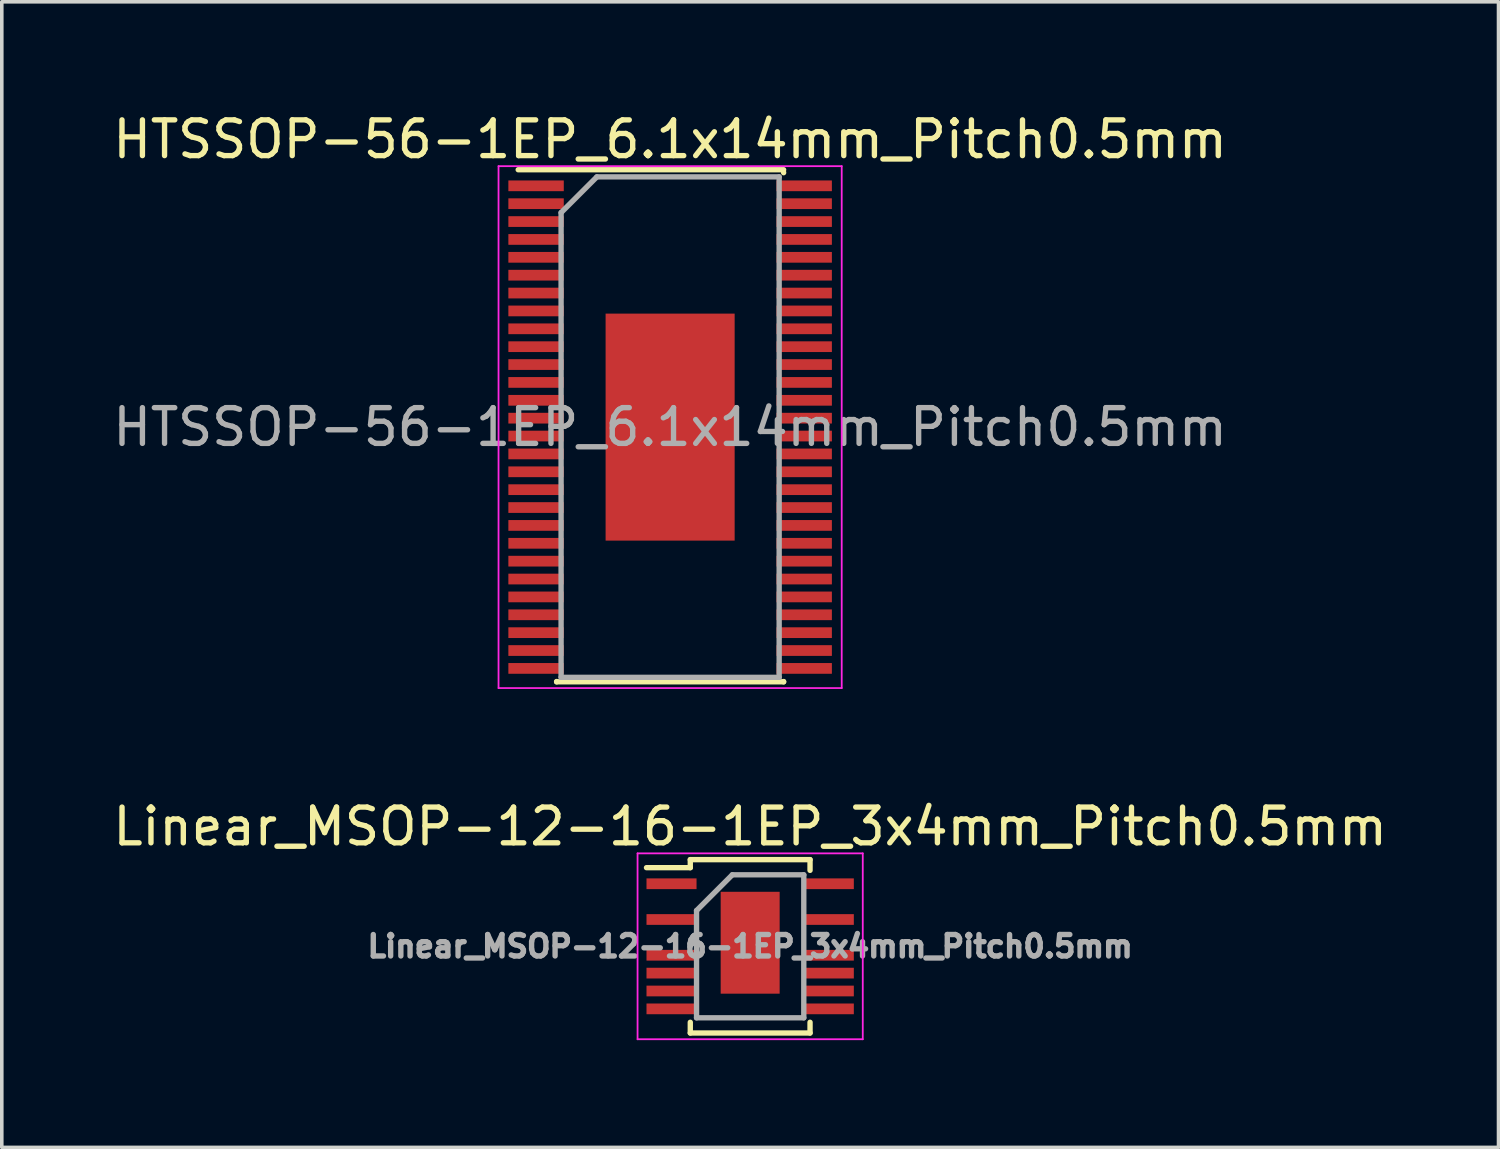
<source format=kicad_pcb>
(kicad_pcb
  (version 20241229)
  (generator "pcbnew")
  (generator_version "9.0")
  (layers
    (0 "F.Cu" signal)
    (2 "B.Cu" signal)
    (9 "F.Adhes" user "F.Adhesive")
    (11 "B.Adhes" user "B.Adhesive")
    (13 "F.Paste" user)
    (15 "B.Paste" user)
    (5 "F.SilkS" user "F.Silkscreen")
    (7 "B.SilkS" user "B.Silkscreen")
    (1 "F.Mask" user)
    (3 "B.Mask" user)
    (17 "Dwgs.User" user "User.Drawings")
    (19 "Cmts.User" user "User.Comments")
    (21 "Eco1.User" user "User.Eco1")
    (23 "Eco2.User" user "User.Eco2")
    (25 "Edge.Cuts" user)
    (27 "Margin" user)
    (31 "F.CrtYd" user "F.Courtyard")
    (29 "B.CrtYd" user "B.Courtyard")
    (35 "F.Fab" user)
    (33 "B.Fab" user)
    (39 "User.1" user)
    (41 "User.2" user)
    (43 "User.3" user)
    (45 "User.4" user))
  (footprint "Linear_MSOP-12-16-1EP_3x4mm_Pitch0.5mm"
    (layer "F.Cu")
    (at 17.935 23.422)
    (property "Reference" "Linear_MSOP-12-16-1EP_3x4mm_Pitch0.5mm" (at 0 -3.35 0) (layer "F.SilkS") (effects (font (size 1 1) (thickness 0.15))))
    (attr smd)
    (fp_line (start -1.675 -2.425) (end -1.675 -2.2) (stroke (width 0.15) (type solid)) (layer "F.SilkS"))
    (fp_line (start -1.675 -2.425) (end 1.675 -2.425) (stroke (width 0.15) (type solid)) (layer "F.SilkS"))
    (fp_line (start -1.675 -2.2) (end -2.9 -2.2) (stroke (width 0.15) (type solid)) (layer "F.SilkS"))
    (fp_line (start -1.675 2.425) (end -1.675 2.125) (stroke (width 0.15) (type solid)) (layer "F.SilkS"))
    (fp_line (start -1.675 2.425) (end 1.675 2.425) (stroke (width 0.15) (type solid)) (layer "F.SilkS"))
    (fp_line (start 1.675 -2.425) (end 1.675 -2.125) (stroke (width 0.15) (type solid)) (layer "F.SilkS"))
    (fp_line (start 1.675 2.425) (end 1.675 2.125) (stroke (width 0.15) (type solid)) (layer "F.SilkS"))
    (fp_line (start -3.15 -2.6) (end -3.15 2.6) (stroke (width 0.05) (type solid)) (layer "F.CrtYd"))
    (fp_line (start -3.15 -2.6) (end 3.15 -2.6) (stroke (width 0.05) (type solid)) (layer "F.CrtYd"))
    (fp_line (start -3.15 2.6) (end 3.15 2.6) (stroke (width 0.05) (type solid)) (layer "F.CrtYd"))
    (fp_line (start 3.15 -2.6) (end 3.15 2.6) (stroke (width 0.05) (type solid)) (layer "F.CrtYd"))
    (fp_line (start -1.5 -1) (end -0.5 -2) (stroke (width 0.15) (type solid)) (layer "F.Fab"))
    (fp_line (start -1.5 2) (end -1.5 -1) (stroke (width 0.15) (type solid)) (layer "F.Fab"))
    (fp_line (start -0.5 -2) (end 1.5 -2) (stroke (width 0.15) (type solid)) (layer "F.Fab"))
    (fp_line (start 1.5 -2) (end 1.5 2) (stroke (width 0.15) (type solid)) (layer "F.Fab"))
    (fp_line (start 1.5 2) (end -1.5 2) (stroke (width 0.15) (type solid)) (layer "F.Fab"))
    (fp_text user "${REFERENCE}" (at 0 0 0) (layer "F.Fab") (effects (font (size 0.6 0.6) (thickness 0.15))))
    (pad "1" smd rect (at -2.2 -1.75) (size 1.4 0.3) (layers "F.Cu" "F.Mask" "F.Paste"))
    (pad "3" smd rect (at -2.2 -0.75) (size 1.4 0.3) (layers "F.Cu" "F.Mask" "F.Paste"))
    (pad "5" smd rect (at -2.2 0.25) (size 1.4 0.3) (layers "F.Cu" "F.Mask" "F.Paste"))
    (pad "6" smd rect (at -2.2 0.75) (size 1.4 0.3) (layers "F.Cu" "F.Mask" "F.Paste"))
    (pad "7" smd rect (at -2.2 1.25) (size 1.4 0.3) (layers "F.Cu" "F.Mask" "F.Paste"))
    (pad "8" smd rect (at -2.2 1.75) (size 1.4 0.3) (layers "F.Cu" "F.Mask" "F.Paste"))
    (pad "9" smd rect (at 2.2 1.75) (size 1.4 0.3) (layers "F.Cu" "F.Mask" "F.Paste"))
    (pad "10" smd rect (at 2.2 1.25) (size 1.4 0.3) (layers "F.Cu" "F.Mask" "F.Paste"))
    (pad "11" smd rect (at 2.2 0.75) (size 1.4 0.3) (layers "F.Cu" "F.Mask" "F.Paste"))
    (pad "12" smd rect (at 2.2 0.25) (size 1.4 0.3) (layers "F.Cu" "F.Mask" "F.Paste"))
    (pad "14" smd rect (at 2.2 -0.75) (size 1.4 0.3) (layers "F.Cu" "F.Mask" "F.Paste"))
    (pad "16" smd rect (at 2.2 -1.75) (size 1.4 0.3) (layers "F.Cu" "F.Mask" "F.Paste"))
    (pad "17" smd rect (at 0 -0.1) (size 1.65 2.85) (layers "F.Cu" "F.Mask" "F.Paste")))
  (footprint "HTSSOP-56-1EP_6.1x14mm_Pitch0.5mm"
    (layer "F.Cu")
    (at 15.696 8.898)
    (property "Reference" "HTSSOP-56-1EP_6.1x14mm_Pitch0.5mm" (at 0 -8.05 0) (layer "F.SilkS") (effects (font (size 1 1) (thickness 0.15))))
    (attr smd)
    (fp_line (start -4.25 -7.2) (end 3.175 -7.2) (stroke (width 0.15) (type solid)) (layer "F.SilkS"))
    (fp_line (start -3.175 7.125) (end -3.175 7.117) (stroke (width 0.15) (type solid)) (layer "F.SilkS"))
    (fp_line (start -3.175 7.125) (end 3.175 7.125) (stroke (width 0.15) (type solid)) (layer "F.SilkS"))
    (fp_line (start 3.175 -7.125) (end 3.175 -7.117) (stroke (width 0.15) (type solid)) (layer "F.SilkS"))
    (fp_line (start 3.175 7.125) (end 3.175 7.117) (stroke (width 0.15) (type solid)) (layer "F.SilkS"))
    (fp_line (start -4.8 -7.3) (end -4.8 7.3) (stroke (width 0.05) (type solid)) (layer "F.CrtYd"))
    (fp_line (start -4.8 -7.3) (end 4.8 -7.3) (stroke (width 0.05) (type solid)) (layer "F.CrtYd"))
    (fp_line (start -4.8 7.3) (end 4.8 7.3) (stroke (width 0.05) (type solid)) (layer "F.CrtYd"))
    (fp_line (start 4.8 -7.3) (end 4.8 7.3) (stroke (width 0.05) (type solid)) (layer "F.CrtYd"))
    (fp_line (start -3.05 -6) (end -2.05 -7) (stroke (width 0.15) (type solid)) (layer "F.Fab"))
    (fp_line (start -3.05 7) (end -3.05 -6) (stroke (width 0.15) (type solid)) (layer "F.Fab"))
    (fp_line (start -2.05 -7) (end 3.05 -7) (stroke (width 0.15) (type solid)) (layer "F.Fab"))
    (fp_line (start 3.05 -7) (end 3.05 7) (stroke (width 0.15) (type solid)) (layer "F.Fab"))
    (fp_line (start 3.05 7) (end -3.05 7) (stroke (width 0.15) (type solid)) (layer "F.Fab"))
    (fp_text user "${REFERENCE}" (at 0 0 0) (layer "F.Fab") (effects (font (size 1 1) (thickness 0.15))))
    (pad "1" smd rect (at -3.75 -6.75) (size 1.55 0.3) (layers "F.Cu" "F.Mask" "F.Paste"))
    (pad "2" smd rect (at -3.75 -6.25) (size 1.55 0.3) (layers "F.Cu" "F.Mask" "F.Paste"))
    (pad "3" smd rect (at -3.75 -5.75) (size 1.55 0.3) (layers "F.Cu" "F.Mask" "F.Paste"))
    (pad "4" smd rect (at -3.75 -5.25) (size 1.55 0.3) (layers "F.Cu" "F.Mask" "F.Paste"))
    (pad "5" smd rect (at -3.75 -4.75) (size 1.55 0.3) (layers "F.Cu" "F.Mask" "F.Paste"))
    (pad "6" smd rect (at -3.75 -4.25) (size 1.55 0.3) (layers "F.Cu" "F.Mask" "F.Paste"))
    (pad "7" smd rect (at -3.75 -3.75) (size 1.55 0.3) (layers "F.Cu" "F.Mask" "F.Paste"))
    (pad "8" smd rect (at -3.75 -3.25) (size 1.55 0.3) (layers "F.Cu" "F.Mask" "F.Paste"))
    (pad "9" smd rect (at -3.75 -2.75) (size 1.55 0.3) (layers "F.Cu" "F.Mask" "F.Paste"))
    (pad "10" smd rect (at -3.75 -2.25) (size 1.55 0.3) (layers "F.Cu" "F.Mask" "F.Paste"))
    (pad "11" smd rect (at -3.75 -1.75) (size 1.55 0.3) (layers "F.Cu" "F.Mask" "F.Paste"))
    (pad "12" smd rect (at -3.75 -1.25) (size 1.55 0.3) (layers "F.Cu" "F.Mask" "F.Paste"))
    (pad "13" smd rect (at -3.75 -0.75) (size 1.55 0.3) (layers "F.Cu" "F.Mask" "F.Paste"))
    (pad "14" smd rect (at -3.75 -0.25) (size 1.55 0.3) (layers "F.Cu" "F.Mask" "F.Paste"))
    (pad "15" smd rect (at -3.75 0.25) (size 1.55 0.3) (layers "F.Cu" "F.Mask" "F.Paste"))
    (pad "16" smd rect (at -3.75 0.75) (size 1.55 0.3) (layers "F.Cu" "F.Mask" "F.Paste"))
    (pad "17" smd rect (at -3.75 1.25) (size 1.55 0.3) (layers "F.Cu" "F.Mask" "F.Paste"))
    (pad "18" smd rect (at -3.75 1.75) (size 1.55 0.3) (layers "F.Cu" "F.Mask" "F.Paste"))
    (pad "19" smd rect (at -3.75 2.25) (size 1.55 0.3) (layers "F.Cu" "F.Mask" "F.Paste"))
    (pad "20" smd rect (at -3.75 2.75) (size 1.55 0.3) (layers "F.Cu" "F.Mask" "F.Paste"))
    (pad "21" smd rect (at -3.75 3.25) (size 1.55 0.3) (layers "F.Cu" "F.Mask" "F.Paste"))
    (pad "22" smd rect (at -3.75 3.75) (size 1.55 0.3) (layers "F.Cu" "F.Mask" "F.Paste"))
    (pad "23" smd rect (at -3.75 4.25) (size 1.55 0.3) (layers "F.Cu" "F.Mask" "F.Paste"))
    (pad "24" smd rect (at -3.75 4.75) (size 1.55 0.3) (layers "F.Cu" "F.Mask" "F.Paste"))
    (pad "25" smd rect (at -3.75 5.25) (size 1.55 0.3) (layers "F.Cu" "F.Mask" "F.Paste"))
    (pad "26" smd rect (at -3.75 5.75) (size 1.55 0.3) (layers "F.Cu" "F.Mask" "F.Paste"))
    (pad "27" smd rect (at -3.75 6.25) (size 1.55 0.3) (layers "F.Cu" "F.Mask" "F.Paste"))
    (pad "28" smd rect (at -3.75 6.75) (size 1.55 0.3) (layers "F.Cu" "F.Mask" "F.Paste"))
    (pad "29" smd rect (at 3.75 6.75) (size 1.55 0.3) (layers "F.Cu" "F.Mask" "F.Paste"))
    (pad "30" smd rect (at 3.75 6.25) (size 1.55 0.3) (layers "F.Cu" "F.Mask" "F.Paste"))
    (pad "31" smd rect (at 3.75 5.75) (size 1.55 0.3) (layers "F.Cu" "F.Mask" "F.Paste"))
    (pad "32" smd rect (at 3.75 5.25) (size 1.55 0.3) (layers "F.Cu" "F.Mask" "F.Paste"))
    (pad "33" smd rect (at 3.75 4.75) (size 1.55 0.3) (layers "F.Cu" "F.Mask" "F.Paste"))
    (pad "34" smd rect (at 3.75 4.25) (size 1.55 0.3) (layers "F.Cu" "F.Mask" "F.Paste"))
    (pad "35" smd rect (at 3.75 3.75) (size 1.55 0.3) (layers "F.Cu" "F.Mask" "F.Paste"))
    (pad "36" smd rect (at 3.75 3.25) (size 1.55 0.3) (layers "F.Cu" "F.Mask" "F.Paste"))
    (pad "37" smd rect (at 3.75 2.75) (size 1.55 0.3) (layers "F.Cu" "F.Mask" "F.Paste"))
    (pad "38" smd rect (at 3.75 2.25) (size 1.55 0.3) (layers "F.Cu" "F.Mask" "F.Paste"))
    (pad "39" smd rect (at 3.75 1.75) (size 1.55 0.3) (layers "F.Cu" "F.Mask" "F.Paste"))
    (pad "40" smd rect (at 3.75 1.25) (size 1.55 0.3) (layers "F.Cu" "F.Mask" "F.Paste"))
    (pad "41" smd rect (at 3.75 0.75) (size 1.55 0.3) (layers "F.Cu" "F.Mask" "F.Paste"))
    (pad "42" smd rect (at 3.75 0.25) (size 1.55 0.3) (layers "F.Cu" "F.Mask" "F.Paste"))
    (pad "43" smd rect (at 3.75 -0.25) (size 1.55 0.3) (layers "F.Cu" "F.Mask" "F.Paste"))
    (pad "44" smd rect (at 3.75 -0.75) (size 1.55 0.3) (layers "F.Cu" "F.Mask" "F.Paste"))
    (pad "45" smd rect (at 3.75 -1.25) (size 1.55 0.3) (layers "F.Cu" "F.Mask" "F.Paste"))
    (pad "46" smd rect (at 3.75 -1.75) (size 1.55 0.3) (layers "F.Cu" "F.Mask" "F.Paste"))
    (pad "47" smd rect (at 3.75 -2.25) (size 1.55 0.3) (layers "F.Cu" "F.Mask" "F.Paste"))
    (pad "48" smd rect (at 3.75 -2.75) (size 1.55 0.3) (layers "F.Cu" "F.Mask" "F.Paste"))
    (pad "49" smd rect (at 3.75 -3.25) (size 1.55 0.3) (layers "F.Cu" "F.Mask" "F.Paste"))
    (pad "50" smd rect (at 3.75 -3.75) (size 1.55 0.3) (layers "F.Cu" "F.Mask" "F.Paste"))
    (pad "51" smd rect (at 3.75 -4.25) (size 1.55 0.3) (layers "F.Cu" "F.Mask" "F.Paste"))
    (pad "52" smd rect (at 3.75 -4.75) (size 1.55 0.3) (layers "F.Cu" "F.Mask" "F.Paste"))
    (pad "53" smd rect (at 3.75 -5.25) (size 1.55 0.3) (layers "F.Cu" "F.Mask" "F.Paste"))
    (pad "54" smd rect (at 3.75 -5.75) (size 1.55 0.3) (layers "F.Cu" "F.Mask" "F.Paste"))
    (pad "55" smd rect (at 3.75 -6.25) (size 1.55 0.3) (layers "F.Cu" "F.Mask" "F.Paste"))
    (pad "56" smd rect (at 3.75 -6.75) (size 1.55 0.3) (layers "F.Cu" "F.Mask" "F.Paste"))
    (pad "57" smd rect (at 0 0) (size 3.61 6.35) (layers "F.Cu" "F.Mask" "F.Paste")))
  (gr_rect
    (start -3 -3)
    (end 38.869 29.047)
    (stroke (width 0.1) (type default))
    (fill no)
    (layer "Edge.Cuts")))
</source>
